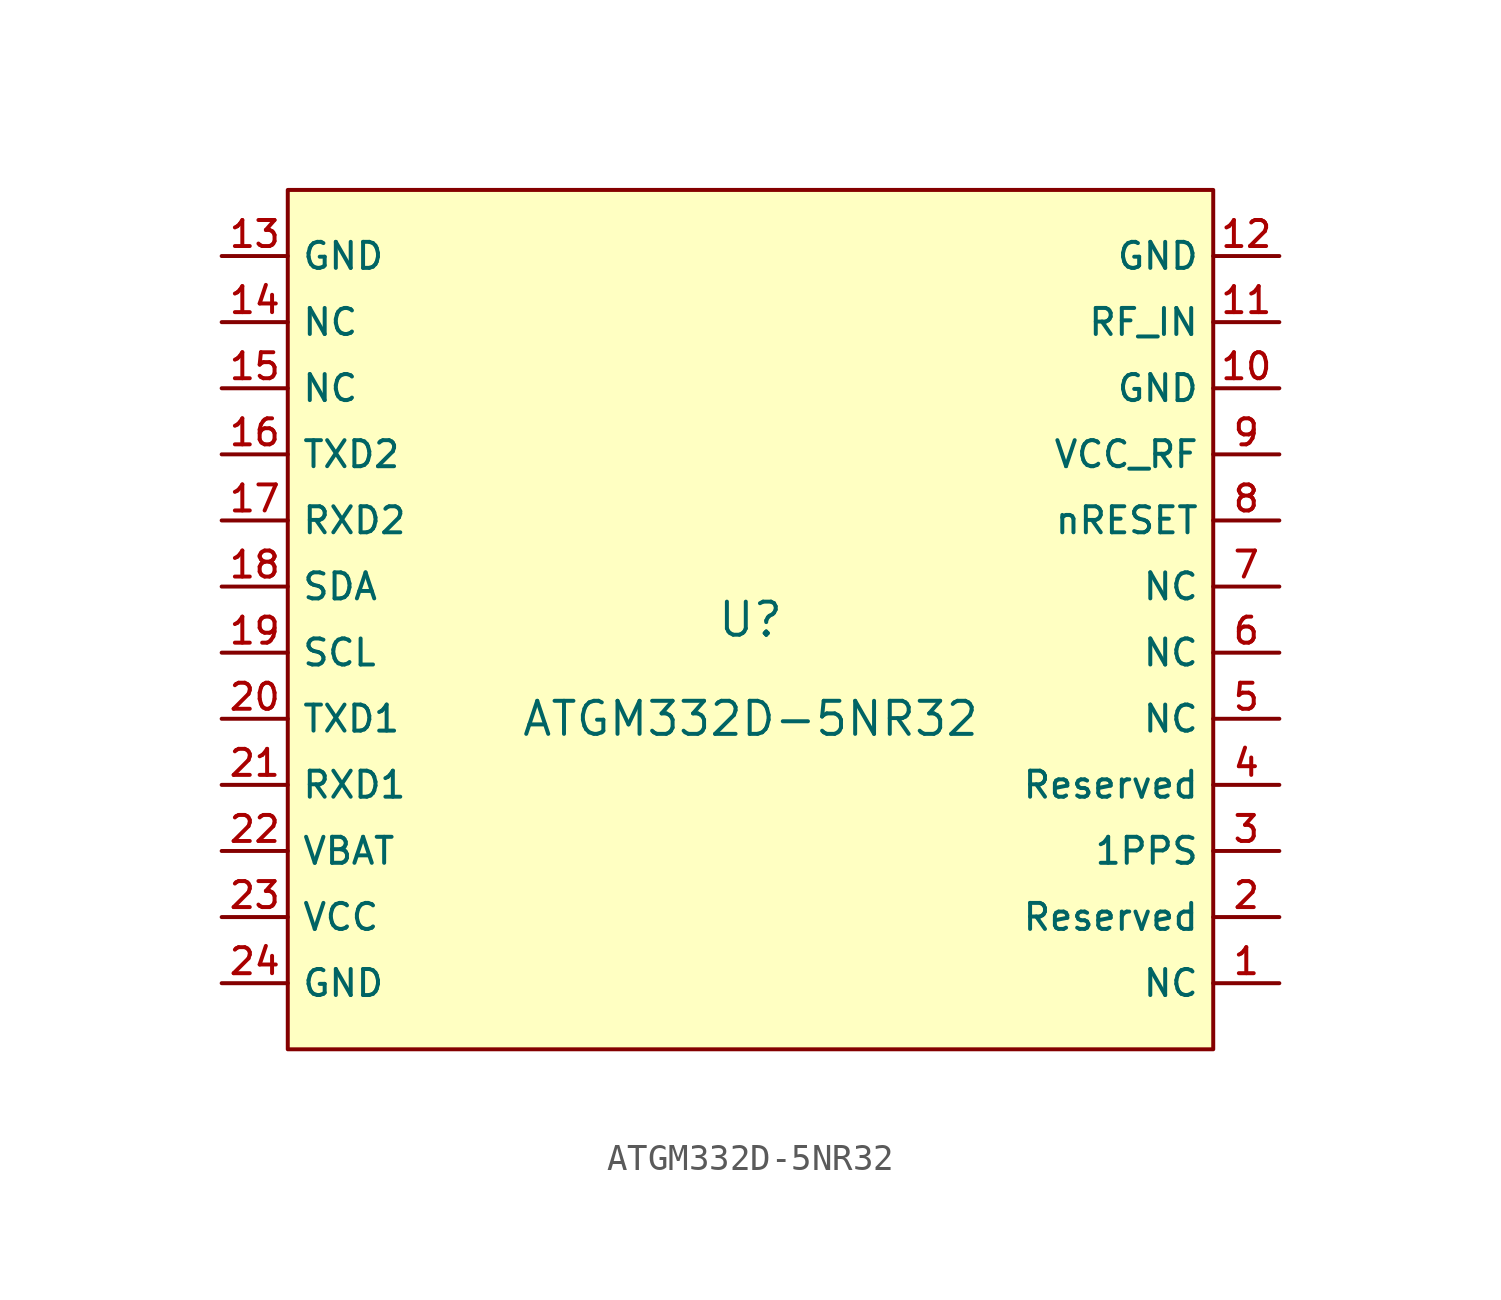
<source format=kicad_sym>
(kicad_symbol_lib
  (version 20210201)
  (generator TousstNicolas/JLC2KiCad_lib)
  (symbol "ATGM332D-5NR32"
    (property "Reference" "U"
      (at 0 1.27 0)
      (effects (font (size 1.27 1.27))))
    (property "Value" "ATGM332D-5NR32"
      (at 0 -2.54 0)
      (effects (font (size 1.27 1.27))))
    (symbol "ATGM332D-5NR32_0_1"
      (pin unspecified line (at -20.32 -12.7 0) (length 2.54) (name "GND" (effects (font (size 1 1)))) (number "24" (effects (font (size 1 1)))))
      (pin unspecified line (at -20.32 -10.16 0) (length 2.54) (name "VCC" (effects (font (size 1 1)))) (number "23" (effects (font (size 1 1)))))
      (pin unspecified line (at -20.32 -7.62 0) (length 2.54) (name "VBAT" (effects (font (size 1 1)))) (number "22" (effects (font (size 1 1)))))
      (pin unspecified line (at -20.32 -5.08 0) (length 2.54) (name "RXD1" (effects (font (size 1 1)))) (number "21" (effects (font (size 1 1)))))
      (pin unspecified line (at -20.32 -2.54 0) (length 2.54) (name "TXD1" (effects (font (size 1 1)))) (number "20" (effects (font (size 1 1)))))
      (pin unspecified line (at -20.32 -0.0 0) (length 2.54) (name "SCL" (effects (font (size 1 1)))) (number "19" (effects (font (size 1 1)))))
      (pin unspecified line (at -20.32 2.54 0) (length 2.54) (name "SDA" (effects (font (size 1 1)))) (number "18" (effects (font (size 1 1)))))
      (pin unspecified line (at -20.32 5.08 0) (length 2.54) (name "RXD2" (effects (font (size 1 1)))) (number "17" (effects (font (size 1 1)))))
      (pin unspecified line (at -20.32 7.62 0) (length 2.54) (name "TXD2" (effects (font (size 1 1)))) (number "16" (effects (font (size 1 1)))))
      (pin unspecified line (at -20.32 10.16 0) (length 2.54) (name "NC" (effects (font (size 1 1)))) (number "15" (effects (font (size 1 1)))))
      (pin unspecified line (at -20.32 12.7 0) (length 2.54) (name "NC" (effects (font (size 1 1)))) (number "14" (effects (font (size 1 1)))))
      (pin unspecified line (at -20.32 15.24 0) (length 2.54) (name "GND" (effects (font (size 1 1)))) (number "13" (effects (font (size 1 1)))))
      (pin unspecified line (at 20.32 15.24 180) (length 2.54) (name "GND" (effects (font (size 1 1)))) (number "12" (effects (font (size 1 1)))))
      (pin unspecified line (at 20.32 12.7 180) (length 2.54) (name "RF_IN" (effects (font (size 1 1)))) (number "11" (effects (font (size 1 1)))))
      (pin unspecified line (at 20.32 10.16 180) (length 2.54) (name "GND" (effects (font (size 1 1)))) (number "10" (effects (font (size 1 1)))))
      (pin unspecified line (at 20.32 7.62 180) (length 2.54) (name "VCC_RF" (effects (font (size 1 1)))) (number "9" (effects (font (size 1 1)))))
      (pin unspecified line (at 20.32 5.08 180) (length 2.54) (name "nRESET" (effects (font (size 1 1)))) (number "8" (effects (font (size 1 1)))))
      (pin unspecified line (at 20.32 2.54 180) (length 2.54) (name "NC" (effects (font (size 1 1)))) (number "7" (effects (font (size 1 1)))))
      (pin unspecified line (at 20.32 -0.0 180) (length 2.54) (name "NC" (effects (font (size 1 1)))) (number "6" (effects (font (size 1 1)))))
      (pin unspecified line (at 20.32 -2.54 180) (length 2.54) (name "NC" (effects (font (size 1 1)))) (number "5" (effects (font (size 1 1)))))
      (pin unspecified line (at 20.32 -5.08 180) (length 2.54) (name "Reserved" (effects (font (size 1 1)))) (number "4" (effects (font (size 1 1)))))
      (pin unspecified line (at 20.32 -7.62 180) (length 2.54) (name "1PPS" (effects (font (size 1 1)))) (number "3" (effects (font (size 1 1)))))
      (pin unspecified line (at 20.32 -10.16 180) (length 2.54) (name "Reserved" (effects (font (size 1 1)))) (number "2" (effects (font (size 1 1)))))
      (pin unspecified line (at 20.32 -12.7 180) (length 2.54) (name "NC" (effects (font (size 1 1)))) (number "1" (effects (font (size 1 1)))))
      (rectangle (start -17.78 17.78) (end 17.78 -15.24) (stroke (width 0) (type default) (color 0 0 0 0)) (fill (type background))))))
</source>
